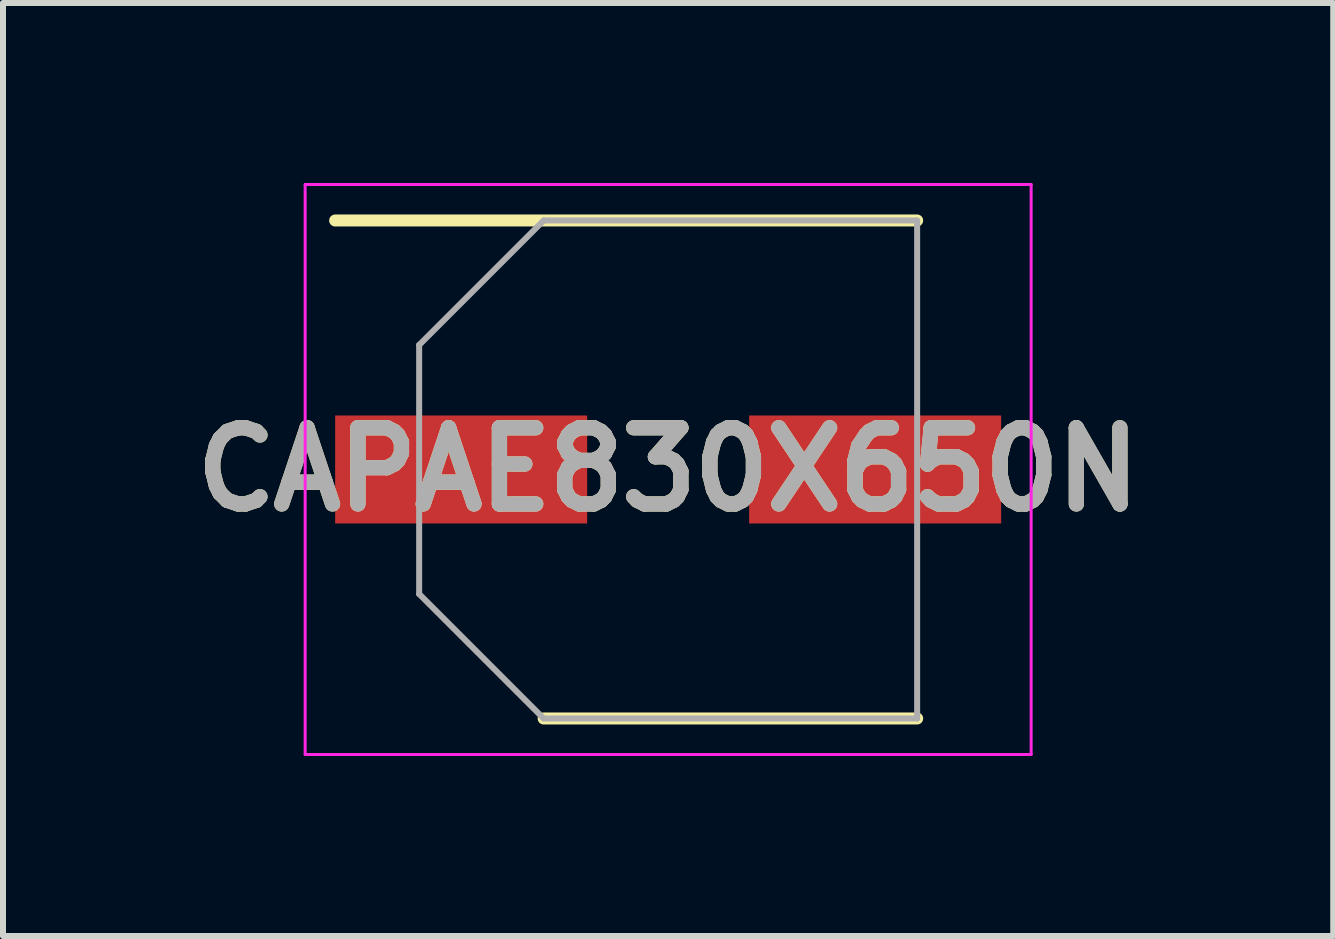
<source format=kicad_pcb>
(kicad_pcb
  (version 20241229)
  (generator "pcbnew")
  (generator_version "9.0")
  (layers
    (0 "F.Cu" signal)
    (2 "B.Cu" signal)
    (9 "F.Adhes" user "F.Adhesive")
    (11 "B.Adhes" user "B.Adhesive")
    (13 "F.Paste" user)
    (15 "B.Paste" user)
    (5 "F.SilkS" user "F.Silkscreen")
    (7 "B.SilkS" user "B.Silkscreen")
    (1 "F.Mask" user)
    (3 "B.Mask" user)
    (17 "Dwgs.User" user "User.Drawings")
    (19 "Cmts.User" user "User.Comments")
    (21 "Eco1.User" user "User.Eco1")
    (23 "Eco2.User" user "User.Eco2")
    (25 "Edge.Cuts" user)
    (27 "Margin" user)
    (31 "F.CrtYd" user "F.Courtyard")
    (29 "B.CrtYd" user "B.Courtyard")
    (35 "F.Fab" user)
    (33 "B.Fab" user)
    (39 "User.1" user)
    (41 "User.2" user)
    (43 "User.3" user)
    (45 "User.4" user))
  (footprint "CAPAE830X650N"
    (layer "F.Cu")
    (at 8.086 4.775)
    (property "Reference" "CAPAE830X650N" (at 0 0 0) (layer "F.SilkS") (effects (font (size 1.27 1.27) (thickness 0.254))))
    (attr smd)
    (fp_line (start -5.55 -4.15) (end 4.15 -4.15) (stroke (width 0.2) (type solid)) (layer "F.SilkS"))
    (fp_line (start -2.075 4.15) (end 4.15 4.15) (stroke (width 0.2) (type solid)) (layer "F.SilkS"))
    (fp_line (start -6.05 -4.75) (end 6.05 -4.75) (stroke (width 0.05) (type solid)) (layer "F.CrtYd"))
    (fp_line (start -6.05 4.75) (end -6.05 -4.75) (stroke (width 0.05) (type solid)) (layer "F.CrtYd"))
    (fp_line (start 6.05 -4.75) (end 6.05 4.75) (stroke (width 0.05) (type solid)) (layer "F.CrtYd"))
    (fp_line (start 6.05 4.75) (end -6.05 4.75) (stroke (width 0.05) (type solid)) (layer "F.CrtYd"))
    (fp_line (start -4.15 -2.075) (end -4.15 2.075) (stroke (width 0.1) (type solid)) (layer "F.Fab"))
    (fp_line (start -4.15 2.075) (end -2.075 4.15) (stroke (width 0.1) (type solid)) (layer "F.Fab"))
    (fp_line (start -2.075 -4.15) (end -4.15 -2.075) (stroke (width 0.1) (type solid)) (layer "F.Fab"))
    (fp_line (start -2.075 4.15) (end 4.15 4.15) (stroke (width 0.1) (type solid)) (layer "F.Fab"))
    (fp_line (start 4.15 -4.15) (end -2.075 -4.15) (stroke (width 0.1) (type solid)) (layer "F.Fab"))
    (fp_line (start 4.15 4.15) (end 4.15 -4.15) (stroke (width 0.1) (type solid)) (layer "F.Fab"))
    (fp_text user "${REFERENCE}" (at 0 0 0) (layer "F.Fab") (effects (font (size 1.27 1.27) (thickness 0.254))))
    (pad "1" smd rect (at -3.45 0 90) (size 1.8 4.2) (layers "F.Cu" "F.Mask" "F.Paste"))
    (pad "2" smd rect (at 3.45 0 90) (size 1.8 4.2) (layers "F.Cu" "F.Mask" "F.Paste")))
  (gr_rect
    (start -3 -3)
    (end 19.171 12.55)
    (stroke (width 0.1) (type default))
    (fill no)
    (layer "Edge.Cuts")))
</source>
